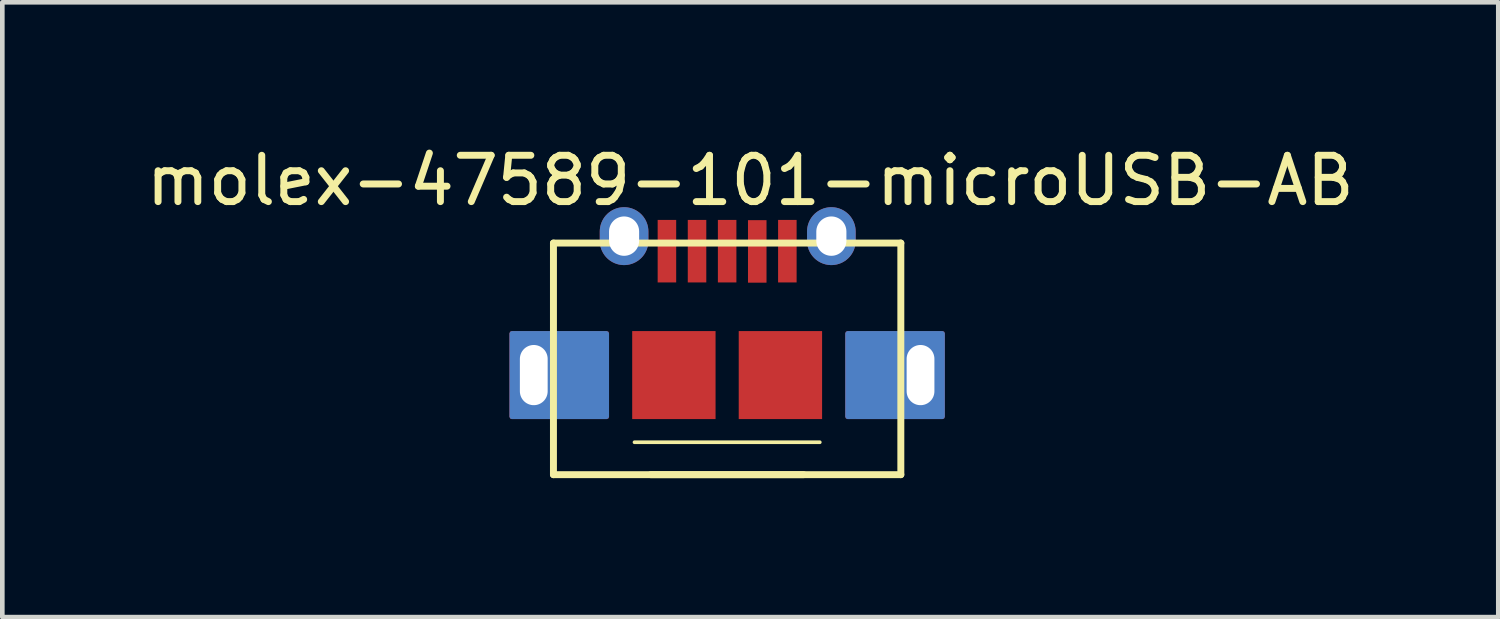
<source format=kicad_pcb>
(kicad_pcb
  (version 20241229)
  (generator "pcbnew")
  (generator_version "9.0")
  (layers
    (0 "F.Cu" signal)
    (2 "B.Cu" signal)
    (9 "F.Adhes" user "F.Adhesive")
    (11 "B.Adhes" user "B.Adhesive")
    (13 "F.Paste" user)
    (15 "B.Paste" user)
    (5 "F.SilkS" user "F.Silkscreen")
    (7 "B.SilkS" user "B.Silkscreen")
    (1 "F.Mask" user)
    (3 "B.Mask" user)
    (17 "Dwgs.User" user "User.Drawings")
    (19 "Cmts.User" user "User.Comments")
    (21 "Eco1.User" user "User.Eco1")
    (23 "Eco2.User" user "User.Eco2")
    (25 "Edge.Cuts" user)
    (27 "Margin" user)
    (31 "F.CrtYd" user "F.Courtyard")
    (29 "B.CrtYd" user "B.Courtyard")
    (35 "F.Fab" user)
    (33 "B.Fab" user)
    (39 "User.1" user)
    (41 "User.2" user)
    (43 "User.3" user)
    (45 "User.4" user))
  (footprint "molex-47589-101-microUSB-AB"
    (layer "F.Cu")
    (at 12.649 5.048)
    (property "Reference" "molex-47589-101-microUSB-AB" (at 0.5 -4.2 0) (layer "F.SilkS") (effects (font (size 1 1) (thickness 0.15))))
    (attr smd)
    (fp_line (start -3.75 -2.85) (end -3.75 2.15) (stroke (width 0.15) (type solid)) (layer "F.SilkS"))
    (fp_line (start -3.75 2.15) (end 3.75 2.15) (stroke (width 0.15) (type solid)) (layer "F.SilkS"))
    (fp_line (start -2 1.45) (end 2 1.45) (stroke (width 0.08) (type solid)) (layer "F.SilkS"))
    (fp_line (start -1.65 2.15) (end 1.65 2.15) (stroke (width 0.15) (type solid)) (layer "F.SilkS"))
    (fp_line (start 3.75 -2.85) (end -3.75 -2.85) (stroke (width 0.15) (type solid)) (layer "F.SilkS"))
    (fp_line (start 3.75 2.15) (end 3.75 -2.85) (stroke (width 0.15) (type solid)) (layer "F.SilkS"))
    (pad "1" smd rect (at -1.3 -2.675) (size 0.4 1.35) (layers "F.Cu" "F.Mask" "F.Paste"))
    (pad "2" smd rect (at -0.65 -2.675) (size 0.4 1.35) (layers "F.Cu" "F.Mask" "F.Paste"))
    (pad "3" smd rect (at 0 -2.675) (size 0.4 1.35) (layers "F.Cu" "F.Mask" "F.Paste"))
    (pad "4" smd rect (at 0.65 -2.67) (size 0.4 1.35) (layers "F.Cu" "F.Mask" "F.Paste"))
    (pad "5" smd rect (at 1.3 -2.675) (size 0.4 1.35) (layers "F.Cu" "F.Mask" "F.Paste"))
    (pad "6" thru_hole oval (at -2.225 -3) (size 1.05 1.25) (drill oval 0.65 0.85) (layers "*.Cu" "*.Mask"))
    (pad "7" thru_hole oval (at 2.25 -3) (size 1.05 1.25) (drill oval 0.65 0.85) (layers "*.Cu" "*.Mask"))
    (pad "8" thru_hole custom (at -4.175 0) (size 1 1.9) (drill oval 0.6 1.3) (layers "*.Cu" "*.Mask") (options (anchor circle)) (primitives (gr_poly (pts (xy 1.575 -0.9) (xy 1.575 0.9) (xy -0.475 0.9) (xy -0.475 -0.9)) (width 0.1) (fill yes))))
    (pad "9" thru_hole custom (at 4.175 0) (size 1 1.7) (drill oval 0.6 1.3) (layers "*.Cu" "*.Mask") (options (anchor circle)) (primitives (gr_poly (pts (xy 0.475 -0.9) (xy 0.475 0.9) (xy -1.575 0.9) (xy -1.575 -0.9)) (width 0.1) (fill yes))))
    (pad "10" smd rect (at -1.15 0) (size 1.8 1.9) (layers "F.Cu" "F.Mask" "F.Paste"))
    (pad "11" smd rect (at 1.15 0) (size 1.8 1.9) (layers "F.Cu" "F.Mask" "F.Paste")))
  (gr_rect
    (start -3 -3)
    (end 29.298 10.273)
    (stroke (width 0.1) (type default))
    (fill no)
    (layer "Edge.Cuts")))
</source>
